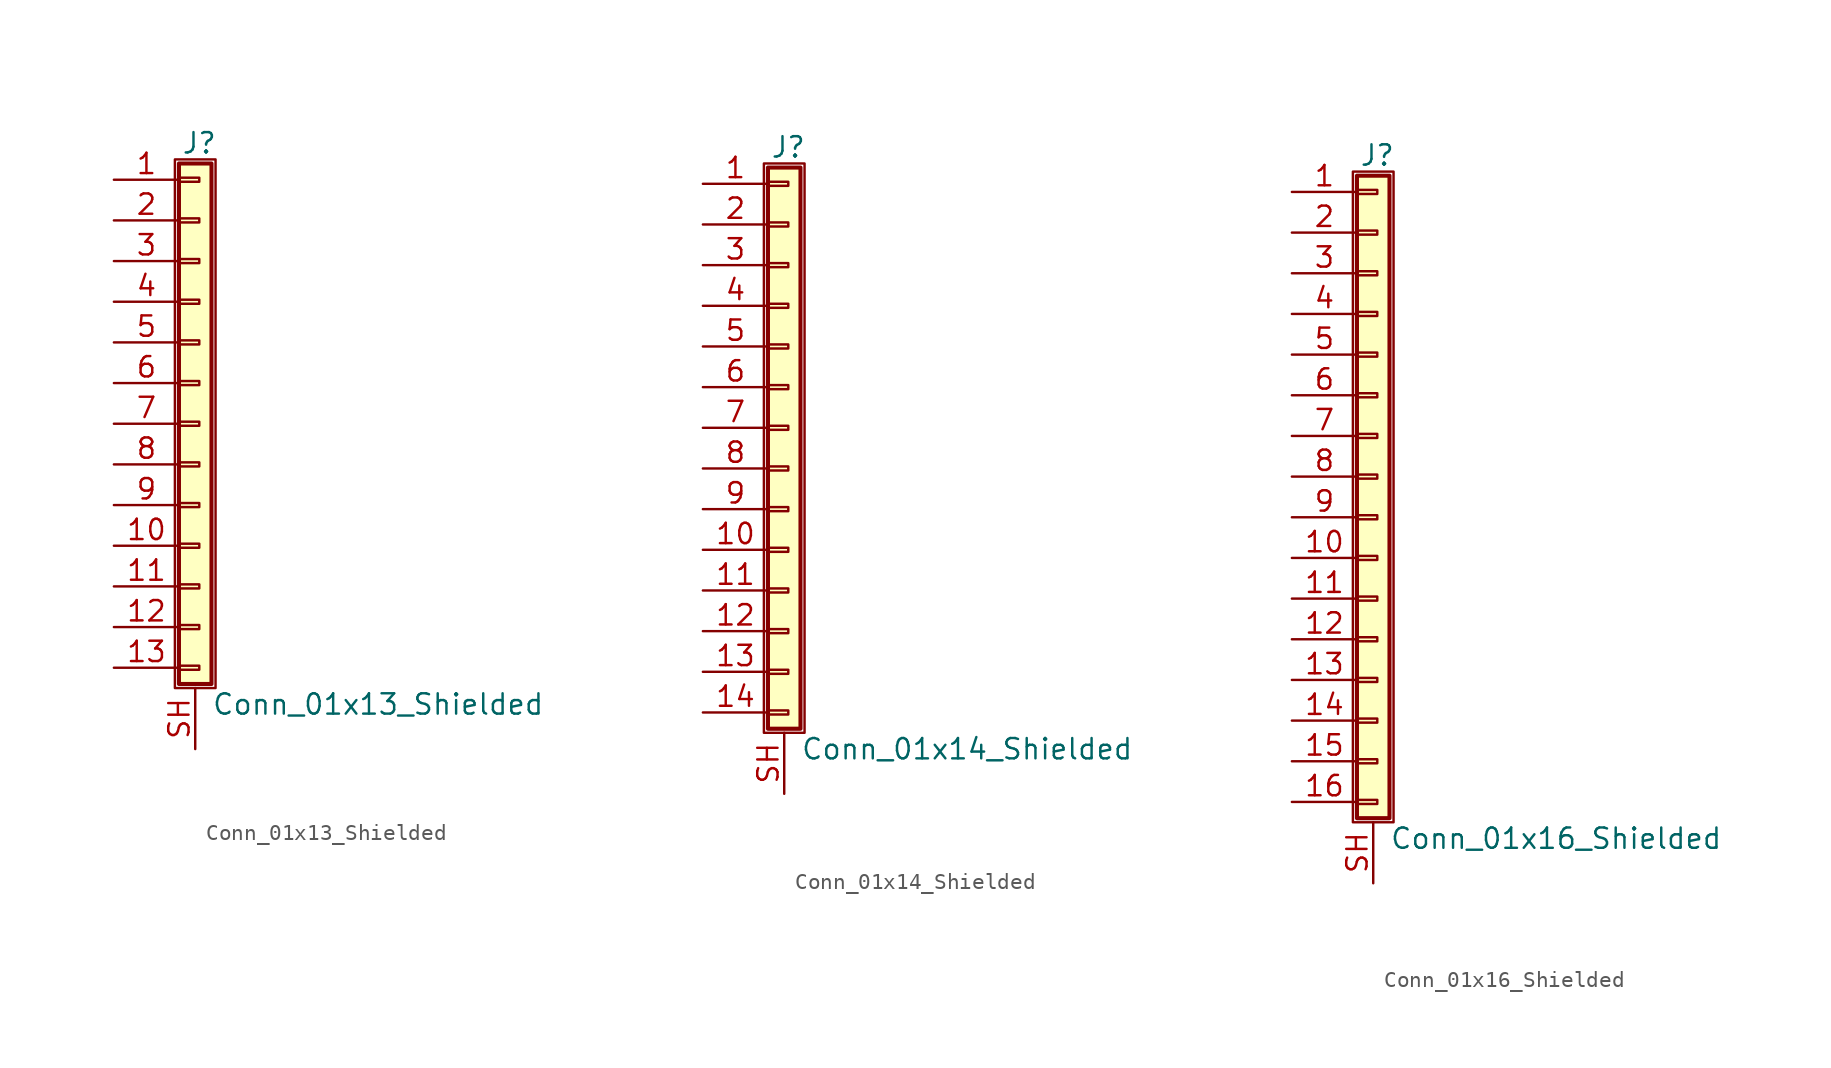
<source format=kicad_sym>
(kicad_symbol_lib
  (version 20220914)
  (generator kicad_symbol_editor)
  (symbol "Conn_01x13_Shielded"
    (pin_names
      (offset 1.016) hide)
    (property "Reference" "J"
      (at 0.254 17.526 0)
      (effects (font (size 1.27 1.27))))
    (property "Value" "Conn_01x13_Shielded"
      (at 1.016 -17.526 0)
      (effects (font (size 1.27 1.27)) (justify left)))
    (symbol "Conn_01x13_Shielded_1_1"
      (rectangle (start -1.27 16.51) (end 1.27 -16.51) (stroke (width 0.152) (type default)) (fill (type none)))
      (rectangle (start -1.016 -15.113) (end 0.254 -15.367) (stroke (width 0.152) (type default)) (fill (type none)))
      (rectangle (start -1.016 -12.573) (end 0.254 -12.827) (stroke (width 0.152) (type default)) (fill (type none)))
      (rectangle (start -1.016 -10.033) (end 0.254 -10.287) (stroke (width 0.152) (type default)) (fill (type none)))
      (rectangle (start -1.016 -7.493) (end 0.254 -7.747) (stroke (width 0.152) (type default)) (fill (type none)))
      (rectangle (start -1.016 -4.953) (end 0.254 -5.207) (stroke (width 0.152) (type default)) (fill (type none)))
      (rectangle (start -1.016 -2.413) (end 0.254 -2.667) (stroke (width 0.152) (type default)) (fill (type none)))
      (rectangle (start -1.016 0.127) (end 0.254 -0.127) (stroke (width 0.152) (type default)) (fill (type none)))
      (rectangle (start -1.016 2.667) (end 0.254 2.413) (stroke (width 0.152) (type default)) (fill (type none)))
      (rectangle (start -1.016 5.207) (end 0.254 4.953) (stroke (width 0.152) (type default)) (fill (type none)))
      (rectangle (start -1.016 7.747) (end 0.254 7.493) (stroke (width 0.152) (type default)) (fill (type none)))
      (rectangle (start -1.016 10.287) (end 0.254 10.033) (stroke (width 0.152) (type default)) (fill (type none)))
      (rectangle (start -1.016 12.827) (end 0.254 12.573) (stroke (width 0.152) (type default)) (fill (type none)))
      (rectangle (start -1.016 15.367) (end 0.254 15.113) (stroke (width 0.152) (type default)) (fill (type none)))
      (rectangle (start -1.016 16.256) (end 1.016 -16.256) (stroke (width 0.254) (type default)) (fill (type background)))
      (pin passive line (at -5.08 15.24 0) (length 4.064) (name "Pin_1" (effects (font (size 1.27 1.27)))) (number "1" (effects (font (size 1.27 1.27)))))
      (pin passive line (at -5.08 -7.62 0) (length 4.064) (name "Pin_10" (effects (font (size 1.27 1.27)))) (number "10" (effects (font (size 1.27 1.27)))))
      (pin passive line (at -5.08 -10.16 0) (length 4.064) (name "Pin_11" (effects (font (size 1.27 1.27)))) (number "11" (effects (font (size 1.27 1.27)))))
      (pin passive line (at -5.08 -12.7 0) (length 4.064) (name "Pin_12" (effects (font (size 1.27 1.27)))) (number "12" (effects (font (size 1.27 1.27)))))
      (pin passive line (at -5.08 -15.24 0) (length 4.064) (name "Pin_13" (effects (font (size 1.27 1.27)))) (number "13" (effects (font (size 1.27 1.27)))))
      (pin passive line (at -5.08 12.7 0) (length 4.064) (name "Pin_2" (effects (font (size 1.27 1.27)))) (number "2" (effects (font (size 1.27 1.27)))))
      (pin passive line (at -5.08 10.16 0) (length 4.064) (name "Pin_3" (effects (font (size 1.27 1.27)))) (number "3" (effects (font (size 1.27 1.27)))))
      (pin passive line (at -5.08 7.62 0) (length 4.064) (name "Pin_4" (effects (font (size 1.27 1.27)))) (number "4" (effects (font (size 1.27 1.27)))))
      (pin passive line (at -5.08 5.08 0) (length 4.064) (name "Pin_5" (effects (font (size 1.27 1.27)))) (number "5" (effects (font (size 1.27 1.27)))))
      (pin passive line (at -5.08 2.54 0) (length 4.064) (name "Pin_6" (effects (font (size 1.27 1.27)))) (number "6" (effects (font (size 1.27 1.27)))))
      (pin passive line (at -5.08 0 0) (length 4.064) (name "Pin_7" (effects (font (size 1.27 1.27)))) (number "7" (effects (font (size 1.27 1.27)))))
      (pin passive line (at -5.08 -2.54 0) (length 4.064) (name "Pin_8" (effects (font (size 1.27 1.27)))) (number "8" (effects (font (size 1.27 1.27)))))
      (pin passive line (at -5.08 -5.08 0) (length 4.064) (name "Pin_9" (effects (font (size 1.27 1.27)))) (number "9" (effects (font (size 1.27 1.27)))))
      (pin passive line (at 0 -20.32 90) (length 3.81) (name "Shield" (effects (font (size 1.27 1.27)))) (number "SH" (effects (font (size 1.27 1.27)))))))
  (symbol "Conn_01x14_Shielded"
    (pin_names
      (offset 1.016) hide)
    (property "Reference" "J"
      (at 0.254 17.526 0)
      (effects (font (size 1.27 1.27))))
    (property "Value" "Conn_01x14_Shielded"
      (at 1.016 -20.066 0)
      (effects (font (size 1.27 1.27)) (justify left)))
    (symbol "Conn_01x14_Shielded_1_1"
      (rectangle (start -1.27 16.51) (end 1.27 -19.05) (stroke (width 0.152) (type default)) (fill (type none)))
      (rectangle (start -1.016 -17.653) (end 0.254 -17.907) (stroke (width 0.152) (type default)) (fill (type none)))
      (rectangle (start -1.016 -15.113) (end 0.254 -15.367) (stroke (width 0.152) (type default)) (fill (type none)))
      (rectangle (start -1.016 -12.573) (end 0.254 -12.827) (stroke (width 0.152) (type default)) (fill (type none)))
      (rectangle (start -1.016 -10.033) (end 0.254 -10.287) (stroke (width 0.152) (type default)) (fill (type none)))
      (rectangle (start -1.016 -7.493) (end 0.254 -7.747) (stroke (width 0.152) (type default)) (fill (type none)))
      (rectangle (start -1.016 -4.953) (end 0.254 -5.207) (stroke (width 0.152) (type default)) (fill (type none)))
      (rectangle (start -1.016 -2.413) (end 0.254 -2.667) (stroke (width 0.152) (type default)) (fill (type none)))
      (rectangle (start -1.016 0.127) (end 0.254 -0.127) (stroke (width 0.152) (type default)) (fill (type none)))
      (rectangle (start -1.016 2.667) (end 0.254 2.413) (stroke (width 0.152) (type default)) (fill (type none)))
      (rectangle (start -1.016 5.207) (end 0.254 4.953) (stroke (width 0.152) (type default)) (fill (type none)))
      (rectangle (start -1.016 7.747) (end 0.254 7.493) (stroke (width 0.152) (type default)) (fill (type none)))
      (rectangle (start -1.016 10.287) (end 0.254 10.033) (stroke (width 0.152) (type default)) (fill (type none)))
      (rectangle (start -1.016 12.827) (end 0.254 12.573) (stroke (width 0.152) (type default)) (fill (type none)))
      (rectangle (start -1.016 15.367) (end 0.254 15.113) (stroke (width 0.152) (type default)) (fill (type none)))
      (rectangle (start -1.016 16.256) (end 1.016 -18.796) (stroke (width 0.254) (type default)) (fill (type background)))
      (pin passive line (at -5.08 15.24 0) (length 4.064) (name "Pin_1" (effects (font (size 1.27 1.27)))) (number "1" (effects (font (size 1.27 1.27)))))
      (pin passive line (at -5.08 -7.62 0) (length 4.064) (name "Pin_10" (effects (font (size 1.27 1.27)))) (number "10" (effects (font (size 1.27 1.27)))))
      (pin passive line (at -5.08 -10.16 0) (length 4.064) (name "Pin_11" (effects (font (size 1.27 1.27)))) (number "11" (effects (font (size 1.27 1.27)))))
      (pin passive line (at -5.08 -12.7 0) (length 4.064) (name "Pin_12" (effects (font (size 1.27 1.27)))) (number "12" (effects (font (size 1.27 1.27)))))
      (pin passive line (at -5.08 -15.24 0) (length 4.064) (name "Pin_13" (effects (font (size 1.27 1.27)))) (number "13" (effects (font (size 1.27 1.27)))))
      (pin passive line (at -5.08 -17.78 0) (length 4.064) (name "Pin_14" (effects (font (size 1.27 1.27)))) (number "14" (effects (font (size 1.27 1.27)))))
      (pin passive line (at -5.08 12.7 0) (length 4.064) (name "Pin_2" (effects (font (size 1.27 1.27)))) (number "2" (effects (font (size 1.27 1.27)))))
      (pin passive line (at -5.08 10.16 0) (length 4.064) (name "Pin_3" (effects (font (size 1.27 1.27)))) (number "3" (effects (font (size 1.27 1.27)))))
      (pin passive line (at -5.08 7.62 0) (length 4.064) (name "Pin_4" (effects (font (size 1.27 1.27)))) (number "4" (effects (font (size 1.27 1.27)))))
      (pin passive line (at -5.08 5.08 0) (length 4.064) (name "Pin_5" (effects (font (size 1.27 1.27)))) (number "5" (effects (font (size 1.27 1.27)))))
      (pin passive line (at -5.08 2.54 0) (length 4.064) (name "Pin_6" (effects (font (size 1.27 1.27)))) (number "6" (effects (font (size 1.27 1.27)))))
      (pin passive line (at -5.08 0 0) (length 4.064) (name "Pin_7" (effects (font (size 1.27 1.27)))) (number "7" (effects (font (size 1.27 1.27)))))
      (pin passive line (at -5.08 -2.54 0) (length 4.064) (name "Pin_8" (effects (font (size 1.27 1.27)))) (number "8" (effects (font (size 1.27 1.27)))))
      (pin passive line (at -5.08 -5.08 0) (length 4.064) (name "Pin_9" (effects (font (size 1.27 1.27)))) (number "9" (effects (font (size 1.27 1.27)))))
      (pin passive line (at 0 -22.86 90) (length 3.81) (name "Shield" (effects (font (size 1.27 1.27)))) (number "SH" (effects (font (size 1.27 1.27)))))))
  (symbol "Conn_01x16_Shielded"
    (pin_names
      (offset 1.016) hide)
    (property "Reference" "J"
      (at 0.254 20.066 0)
      (effects (font (size 1.27 1.27))))
    (property "Value" "Conn_01x16_Shielded"
      (at 1.016 -22.606 0)
      (effects (font (size 1.27 1.27)) (justify left)))
    (symbol "Conn_01x16_Shielded_1_1"
      (rectangle (start -1.27 19.05) (end 1.27 -21.59) (stroke (width 0.152) (type default)) (fill (type none)))
      (rectangle (start -1.016 -20.193) (end 0.254 -20.447) (stroke (width 0.152) (type default)) (fill (type none)))
      (rectangle (start -1.016 -17.653) (end 0.254 -17.907) (stroke (width 0.152) (type default)) (fill (type none)))
      (rectangle (start -1.016 -15.113) (end 0.254 -15.367) (stroke (width 0.152) (type default)) (fill (type none)))
      (rectangle (start -1.016 -12.573) (end 0.254 -12.827) (stroke (width 0.152) (type default)) (fill (type none)))
      (rectangle (start -1.016 -10.033) (end 0.254 -10.287) (stroke (width 0.152) (type default)) (fill (type none)))
      (rectangle (start -1.016 -7.493) (end 0.254 -7.747) (stroke (width 0.152) (type default)) (fill (type none)))
      (rectangle (start -1.016 -4.953) (end 0.254 -5.207) (stroke (width 0.152) (type default)) (fill (type none)))
      (rectangle (start -1.016 -2.413) (end 0.254 -2.667) (stroke (width 0.152) (type default)) (fill (type none)))
      (rectangle (start -1.016 0.127) (end 0.254 -0.127) (stroke (width 0.152) (type default)) (fill (type none)))
      (rectangle (start -1.016 2.667) (end 0.254 2.413) (stroke (width 0.152) (type default)) (fill (type none)))
      (rectangle (start -1.016 5.207) (end 0.254 4.953) (stroke (width 0.152) (type default)) (fill (type none)))
      (rectangle (start -1.016 7.747) (end 0.254 7.493) (stroke (width 0.152) (type default)) (fill (type none)))
      (rectangle (start -1.016 10.287) (end 0.254 10.033) (stroke (width 0.152) (type default)) (fill (type none)))
      (rectangle (start -1.016 12.827) (end 0.254 12.573) (stroke (width 0.152) (type default)) (fill (type none)))
      (rectangle (start -1.016 15.367) (end 0.254 15.113) (stroke (width 0.152) (type default)) (fill (type none)))
      (rectangle (start -1.016 17.907) (end 0.254 17.653) (stroke (width 0.152) (type default)) (fill (type none)))
      (rectangle (start -1.016 18.796) (end 1.016 -21.336) (stroke (width 0.254) (type default)) (fill (type background)))
      (pin passive line (at -5.08 17.78 0) (length 4.064) (name "Pin_1" (effects (font (size 1.27 1.27)))) (number "1" (effects (font (size 1.27 1.27)))))
      (pin passive line (at -5.08 -5.08 0) (length 4.064) (name "Pin_10" (effects (font (size 1.27 1.27)))) (number "10" (effects (font (size 1.27 1.27)))))
      (pin passive line (at -5.08 -7.62 0) (length 4.064) (name "Pin_11" (effects (font (size 1.27 1.27)))) (number "11" (effects (font (size 1.27 1.27)))))
      (pin passive line (at -5.08 -10.16 0) (length 4.064) (name "Pin_12" (effects (font (size 1.27 1.27)))) (number "12" (effects (font (size 1.27 1.27)))))
      (pin passive line (at -5.08 -12.7 0) (length 4.064) (name "Pin_13" (effects (font (size 1.27 1.27)))) (number "13" (effects (font (size 1.27 1.27)))))
      (pin passive line (at -5.08 -15.24 0) (length 4.064) (name "Pin_14" (effects (font (size 1.27 1.27)))) (number "14" (effects (font (size 1.27 1.27)))))
      (pin passive line (at -5.08 -17.78 0) (length 4.064) (name "Pin_15" (effects (font (size 1.27 1.27)))) (number "15" (effects (font (size 1.27 1.27)))))
      (pin passive line (at -5.08 -20.32 0) (length 4.064) (name "Pin_16" (effects (font (size 1.27 1.27)))) (number "16" (effects (font (size 1.27 1.27)))))
      (pin passive line (at -5.08 15.24 0) (length 4.064) (name "Pin_2" (effects (font (size 1.27 1.27)))) (number "2" (effects (font (size 1.27 1.27)))))
      (pin passive line (at -5.08 12.7 0) (length 4.064) (name "Pin_3" (effects (font (size 1.27 1.27)))) (number "3" (effects (font (size 1.27 1.27)))))
      (pin passive line (at -5.08 10.16 0) (length 4.064) (name "Pin_4" (effects (font (size 1.27 1.27)))) (number "4" (effects (font (size 1.27 1.27)))))
      (pin passive line (at -5.08 7.62 0) (length 4.064) (name "Pin_5" (effects (font (size 1.27 1.27)))) (number "5" (effects (font (size 1.27 1.27)))))
      (pin passive line (at -5.08 5.08 0) (length 4.064) (name "Pin_6" (effects (font (size 1.27 1.27)))) (number "6" (effects (font (size 1.27 1.27)))))
      (pin passive line (at -5.08 2.54 0) (length 4.064) (name "Pin_7" (effects (font (size 1.27 1.27)))) (number "7" (effects (font (size 1.27 1.27)))))
      (pin passive line (at -5.08 0 0) (length 4.064) (name "Pin_8" (effects (font (size 1.27 1.27)))) (number "8" (effects (font (size 1.27 1.27)))))
      (pin passive line (at -5.08 -2.54 0) (length 4.064) (name "Pin_9" (effects (font (size 1.27 1.27)))) (number "9" (effects (font (size 1.27 1.27)))))
      (pin passive line (at 0 -25.4 90) (length 3.81) (name "Shield" (effects (font (size 1.27 1.27)))) (number "SH" (effects (font (size 1.27 1.27))))))))
</source>
